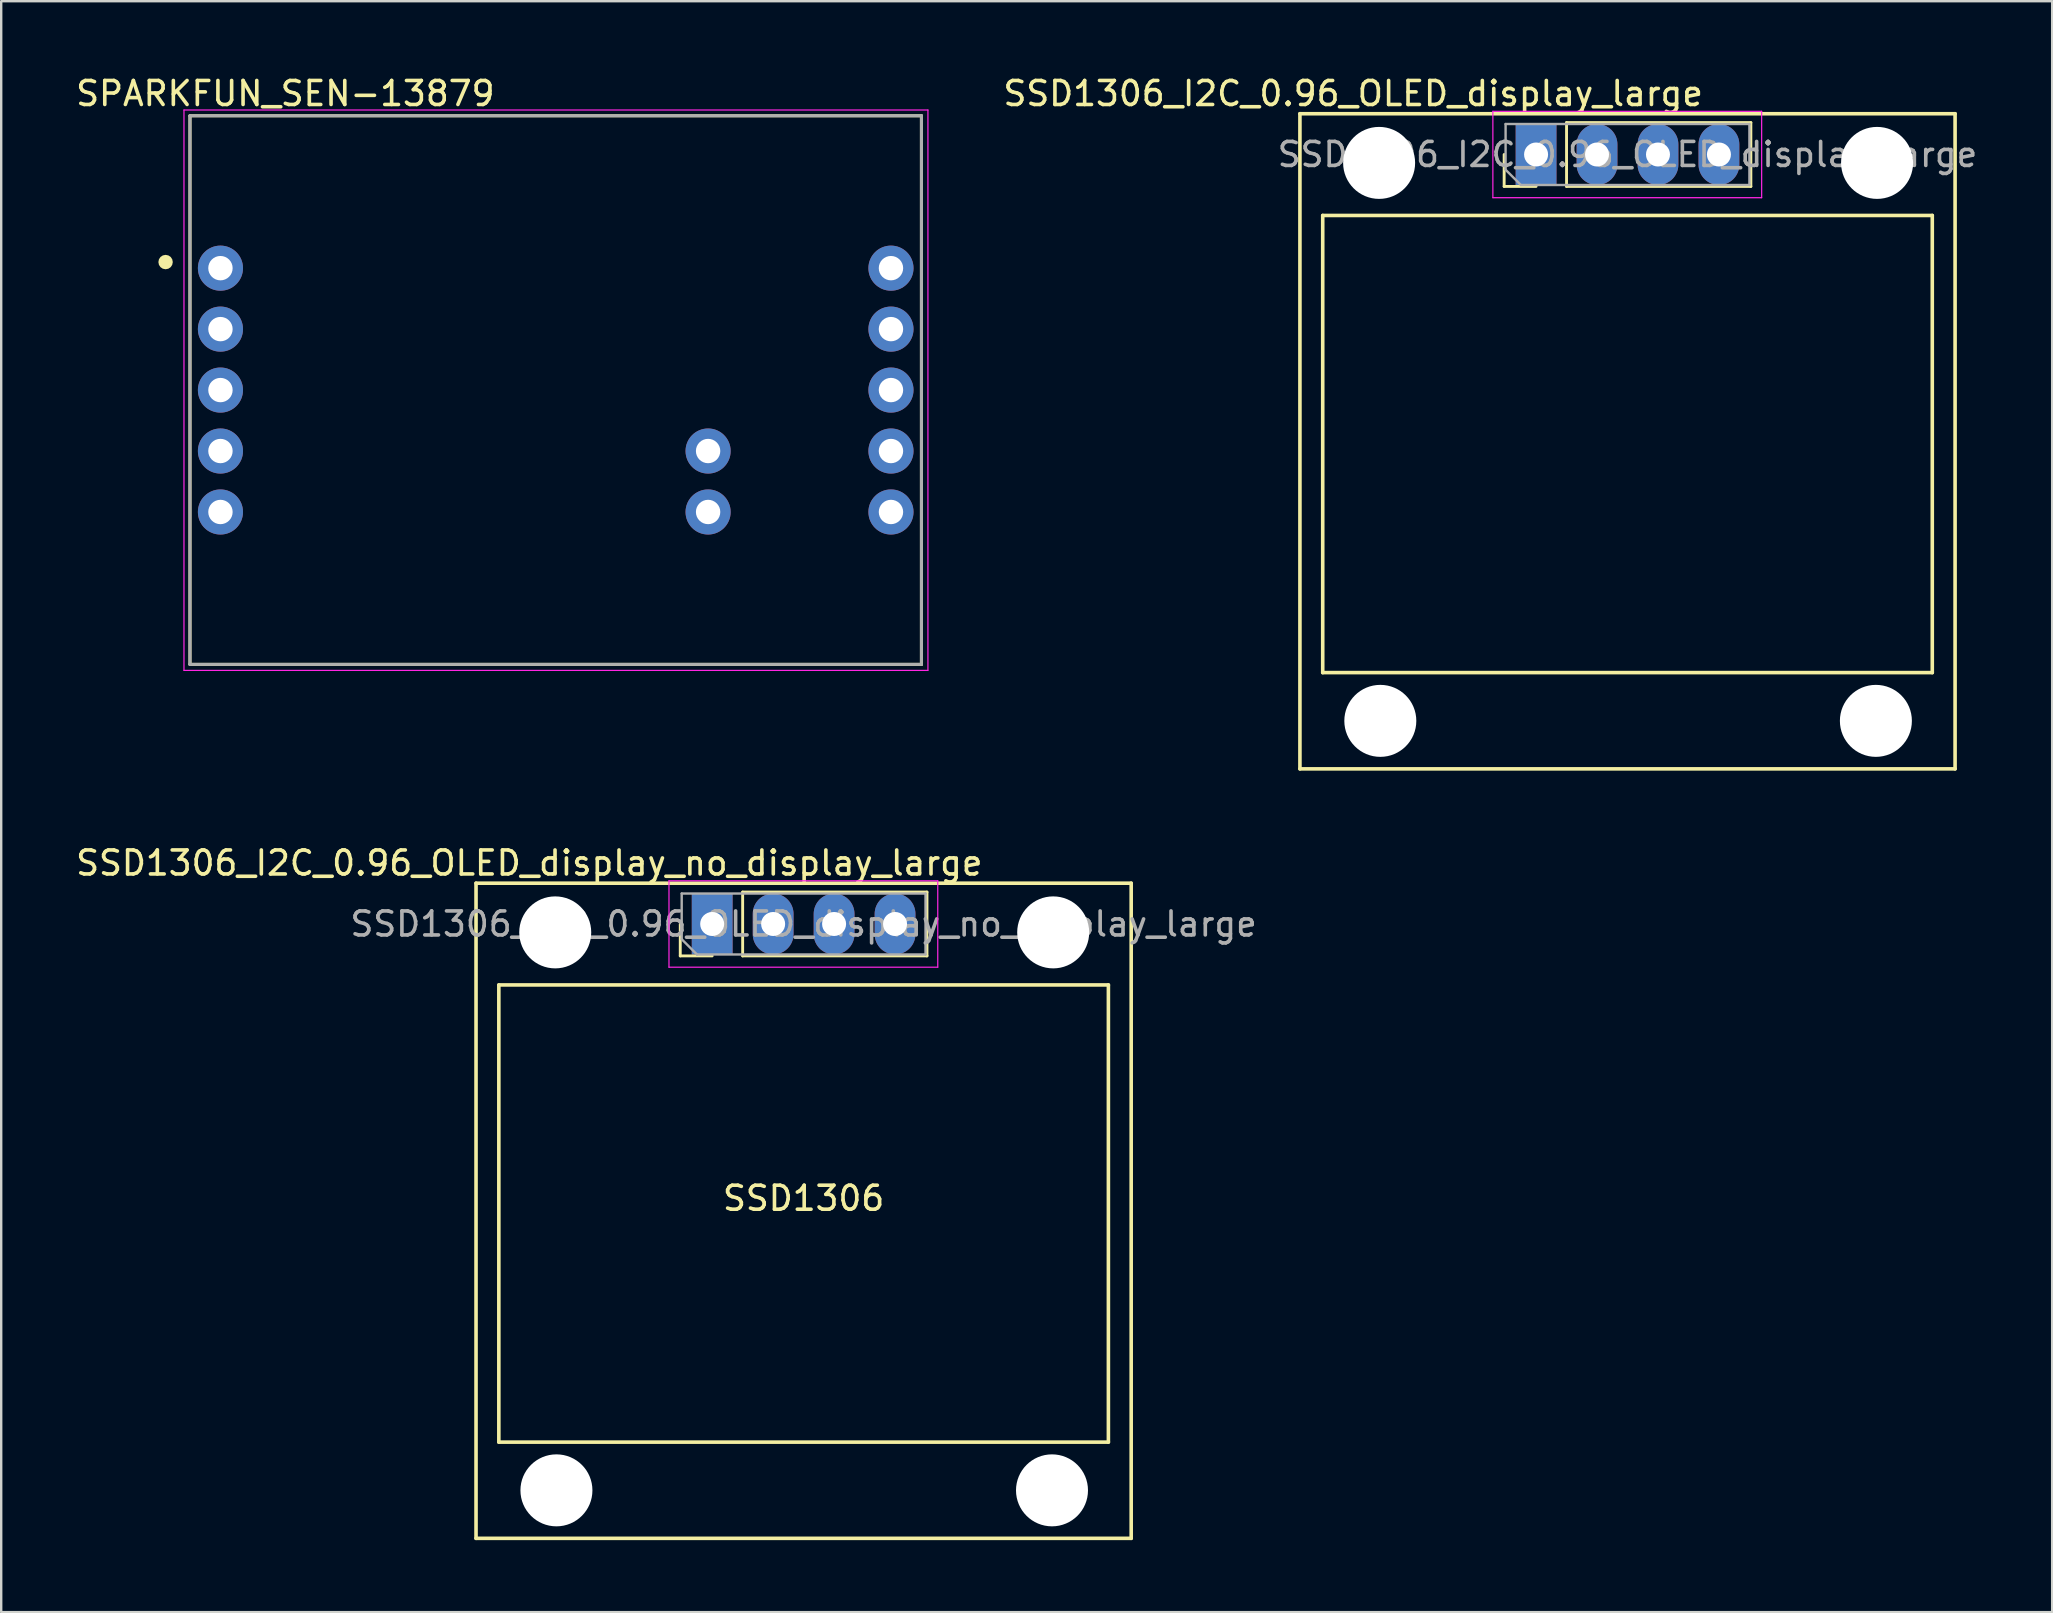
<source format=kicad_pcb>
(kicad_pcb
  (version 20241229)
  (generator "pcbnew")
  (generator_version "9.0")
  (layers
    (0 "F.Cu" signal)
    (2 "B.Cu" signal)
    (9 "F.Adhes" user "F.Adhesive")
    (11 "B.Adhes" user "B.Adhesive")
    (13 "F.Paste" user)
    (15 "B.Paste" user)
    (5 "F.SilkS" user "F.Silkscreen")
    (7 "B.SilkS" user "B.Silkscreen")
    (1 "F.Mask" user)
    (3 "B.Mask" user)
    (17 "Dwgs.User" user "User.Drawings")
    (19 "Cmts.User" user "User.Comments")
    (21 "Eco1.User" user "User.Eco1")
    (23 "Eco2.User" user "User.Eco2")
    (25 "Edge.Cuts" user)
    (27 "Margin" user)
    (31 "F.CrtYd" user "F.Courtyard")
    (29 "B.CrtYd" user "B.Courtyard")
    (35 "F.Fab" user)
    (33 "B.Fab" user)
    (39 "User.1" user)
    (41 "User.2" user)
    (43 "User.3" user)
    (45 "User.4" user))
  (footprint "SSD1306_I2C_0.96_OLED_display_no_display_large"
    (layer "F.Cu")
    (at 26.626 35.452)
    (property "Reference" "SSD1306_I2C_0.96_OLED_display_no_display_large" (at -7.62 -2.54 0) (layer "F.SilkS") (effects (font (size 1 1) (thickness 0.15))))
    (attr through_hole)
    (fp_line (start -9.84 -1.7) (end -9.84 25.6) (stroke (width 0.15) (type solid)) (layer "F.SilkS"))
    (fp_line (start -9.84 -1.7) (end 17.46 -1.7) (stroke (width 0.15) (type solid)) (layer "F.SilkS"))
    (fp_line (start -9.84 25.6) (end 17.46 25.6) (stroke (width 0.15) (type solid)) (layer "F.SilkS"))
    (fp_line (start -8.89 2.54) (end 16.51 2.54) (stroke (width 0.15) (type solid)) (layer "F.SilkS"))
    (fp_line (start -8.89 21.59) (end -8.89 2.54) (stroke (width 0.15) (type solid)) (layer "F.SilkS"))
    (fp_line (start -1.33 1.33) (end -1.33 0) (stroke (width 0.12) (type solid)) (layer "F.SilkS"))
    (fp_line (start 0 1.33) (end -1.33 1.33) (stroke (width 0.12) (type solid)) (layer "F.SilkS"))
    (fp_line (start 1.27 -1.33) (end 8.95 -1.33) (stroke (width 0.12) (type solid)) (layer "F.SilkS"))
    (fp_line (start 1.27 1.33) (end 1.27 -1.33) (stroke (width 0.12) (type solid)) (layer "F.SilkS"))
    (fp_line (start 1.27 1.33) (end 8.95 1.33) (stroke (width 0.12) (type solid)) (layer "F.SilkS"))
    (fp_line (start 8.95 1.33) (end 8.95 -1.33) (stroke (width 0.12) (type solid)) (layer "F.SilkS"))
    (fp_line (start 16.51 2.54) (end 16.51 21.59) (stroke (width 0.15) (type solid)) (layer "F.SilkS"))
    (fp_line (start 16.51 21.59) (end -8.89 21.59) (stroke (width 0.15) (type solid)) (layer "F.SilkS"))
    (fp_line (start 17.46 -1.7) (end 17.46 25.6) (stroke (width 0.15) (type solid)) (layer "F.SilkS"))
    (fp_line (start -1.8 -1.8) (end -1.8 1.8) (stroke (width 0.05) (type solid)) (layer "F.CrtYd"))
    (fp_line (start -1.8 1.8) (end 9.4 1.8) (stroke (width 0.05) (type solid)) (layer "F.CrtYd"))
    (fp_line (start 9.4 -1.8) (end -1.8 -1.8) (stroke (width 0.05) (type solid)) (layer "F.CrtYd"))
    (fp_line (start 9.4 1.8) (end 9.4 -1.8) (stroke (width 0.05) (type solid)) (layer "F.CrtYd"))
    (fp_line (start -1.27 -1.27) (end 8.89 -1.27) (stroke (width 0.1) (type solid)) (layer "F.Fab"))
    (fp_line (start -1.27 0.635) (end -1.27 -1.27) (stroke (width 0.1) (type solid)) (layer "F.Fab"))
    (fp_line (start -0.635 1.27) (end -1.27 0.635) (stroke (width 0.1) (type solid)) (layer "F.Fab"))
    (fp_line (start 8.89 -1.27) (end 8.89 1.27) (stroke (width 0.1) (type solid)) (layer "F.Fab"))
    (fp_line (start 8.89 1.27) (end -0.635 1.27) (stroke (width 0.1) (type solid)) (layer "F.Fab"))
    (fp_text user "SSD1306" (at 3.81 11.43 0) (unlocked yes) (layer "F.SilkS") (effects (font (size 1 1) (thickness 0.15))))
    (fp_text user "${REFERENCE}" (at 3.81 0 180) (layer "F.Fab") (effects (font (size 1 1) (thickness 0.15))))
    (pad "" np_thru_hole oval (at -6.54 0.35) (size 3 3) (drill 3) (layers "*.Cu" "*.Mask"))
    (pad "" np_thru_hole oval (at -6.49 23.6) (size 3 3) (drill 3) (layers "*.Cu" "*.Mask"))
    (pad "" np_thru_hole oval (at 14.16 23.6) (size 3 3) (drill 3) (layers "*.Cu" "*.Mask"))
    (pad "" np_thru_hole oval (at 14.21 0.35) (size 3 3) (drill 3) (layers "*.Cu" "*.Mask"))
    (pad "1" thru_hole rect (at 0 0 90) (size 2.54 1.7) (drill 1) (layers "*.Cu" "*.Mask"))
    (pad "2" thru_hole oval (at 2.54 0 90) (size 2.54 1.7) (drill 1) (layers "*.Cu" "*.Mask"))
    (pad "3" thru_hole oval (at 5.08 0 90) (size 2.54 1.7) (drill 1) (layers "*.Cu" "*.Mask"))
    (pad "4" thru_hole oval (at 7.62 0 90) (size 2.54 1.7) (drill 1) (layers "*.Cu" "*.Mask")))
  (footprint "SSD1306_I2C_0.96_OLED_display_large"
    (layer "F.Cu")
    (at 60.957 3.388)
    (property "Reference" "SSD1306_I2C_0.96_OLED_display_large" (at -7.62 -2.54 0) (layer "F.SilkS") (effects (font (size 1 1) (thickness 0.15))))
    (attr through_hole)
    (fp_line (start -9.84 -1.7) (end -9.84 25.6) (stroke (width 0.15) (type solid)) (layer "F.SilkS"))
    (fp_line (start -9.84 -1.7) (end 17.46 -1.7) (stroke (width 0.15) (type solid)) (layer "F.SilkS"))
    (fp_line (start -9.84 25.6) (end 17.46 25.6) (stroke (width 0.15) (type solid)) (layer "F.SilkS"))
    (fp_line (start -8.89 2.54) (end 16.51 2.54) (stroke (width 0.15) (type solid)) (layer "F.SilkS"))
    (fp_line (start -8.89 21.59) (end -8.89 2.54) (stroke (width 0.15) (type solid)) (layer "F.SilkS"))
    (fp_line (start -1.33 1.33) (end -1.33 0) (stroke (width 0.12) (type solid)) (layer "F.SilkS"))
    (fp_line (start 0 1.33) (end -1.33 1.33) (stroke (width 0.12) (type solid)) (layer "F.SilkS"))
    (fp_line (start 1.27 -1.33) (end 8.95 -1.33) (stroke (width 0.12) (type solid)) (layer "F.SilkS"))
    (fp_line (start 1.27 1.33) (end 1.27 -1.33) (stroke (width 0.12) (type solid)) (layer "F.SilkS"))
    (fp_line (start 1.27 1.33) (end 8.95 1.33) (stroke (width 0.12) (type solid)) (layer "F.SilkS"))
    (fp_line (start 8.95 1.33) (end 8.95 -1.33) (stroke (width 0.12) (type solid)) (layer "F.SilkS"))
    (fp_line (start 16.51 2.54) (end 16.51 21.59) (stroke (width 0.15) (type solid)) (layer "F.SilkS"))
    (fp_line (start 16.51 21.59) (end -8.89 21.59) (stroke (width 0.15) (type solid)) (layer "F.SilkS"))
    (fp_line (start 17.46 -1.7) (end 17.46 25.6) (stroke (width 0.15) (type solid)) (layer "F.SilkS"))
    (fp_line (start -1.8 -1.8) (end -1.8 1.8) (stroke (width 0.05) (type solid)) (layer "F.CrtYd"))
    (fp_line (start -1.8 1.8) (end 9.4 1.8) (stroke (width 0.05) (type solid)) (layer "F.CrtYd"))
    (fp_line (start 9.4 -1.8) (end -1.8 -1.8) (stroke (width 0.05) (type solid)) (layer "F.CrtYd"))
    (fp_line (start 9.4 1.8) (end 9.4 -1.8) (stroke (width 0.05) (type solid)) (layer "F.CrtYd"))
    (fp_line (start -1.27 -1.27) (end 8.89 -1.27) (stroke (width 0.1) (type solid)) (layer "F.Fab"))
    (fp_line (start -1.27 0.635) (end -1.27 -1.27) (stroke (width 0.1) (type solid)) (layer "F.Fab"))
    (fp_line (start -0.635 1.27) (end -1.27 0.635) (stroke (width 0.1) (type solid)) (layer "F.Fab"))
    (fp_line (start 8.89 -1.27) (end 8.89 1.27) (stroke (width 0.1) (type solid)) (layer "F.Fab"))
    (fp_line (start 8.89 1.27) (end -0.635 1.27) (stroke (width 0.1) (type solid)) (layer "F.Fab"))
    (fp_text user "${REFERENCE}" (at 3.81 0 180) (layer "F.Fab") (effects (font (size 1 1) (thickness 0.15))))
    (pad "" np_thru_hole oval (at -6.54 0.35) (size 3 3) (drill 3) (layers "*.Cu" "*.Mask"))
    (pad "" np_thru_hole oval (at -6.49 23.6) (size 3 3) (drill 3) (layers "*.Cu" "*.Mask"))
    (pad "" np_thru_hole oval (at 14.16 23.6) (size 3 3) (drill 3) (layers "*.Cu" "*.Mask"))
    (pad "" np_thru_hole oval (at 14.21 0.35) (size 3 3) (drill 3) (layers "*.Cu" "*.Mask"))
    (pad "1" thru_hole rect (at 0 0 90) (size 2.54 1.7) (drill 1) (layers "*.Cu" "*.Mask"))
    (pad "2" thru_hole oval (at 2.54 0 90) (size 2.54 1.7) (drill 1) (layers "*.Cu" "*.Mask"))
    (pad "3" thru_hole oval (at 5.08 0 90) (size 2.54 1.7) (drill 1) (layers "*.Cu" "*.Mask"))
    (pad "4" thru_hole oval (at 7.62 0 90) (size 2.54 1.7) (drill 1) (layers "*.Cu" "*.Mask")))
  (footprint "SPARKFUN_SEN-13879"
    (layer "F.Cu")
    (at 20.106 13.204)
    (property "Reference" "SPARKFUN_SEN-13879" (at -11.266 -12.356 0) (layer "F.SilkS") (effects (font (size 1 1) (thickness 0.15))))
    (attr through_hole)
    (fp_line (start -15.24 -11.43) (end 15.24 -11.43) (stroke (width 0.127) (type solid)) (layer "F.SilkS"))
    (fp_line (start -15.24 11.43) (end -15.24 -11.43) (stroke (width 0.127) (type solid)) (layer "F.SilkS"))
    (fp_line (start 15.24 -11.43) (end 15.24 11.43) (stroke (width 0.127) (type solid)) (layer "F.SilkS"))
    (fp_line (start 15.24 11.43) (end -15.24 11.43) (stroke (width 0.127) (type solid)) (layer "F.SilkS"))
    (fp_circle (center -16.256 -5.334) (end -16.106 -5.334) (stroke (width 0.3) (type solid)) (fill no) (layer "F.SilkS"))
    (fp_line (start -15.49 -11.67) (end 15.51 -11.67) (stroke (width 0.05) (type solid)) (layer "F.CrtYd"))
    (fp_line (start -15.49 11.68) (end -15.49 -11.67) (stroke (width 0.05) (type solid)) (layer "F.CrtYd"))
    (fp_line (start 15.51 -11.67) (end 15.51 11.68) (stroke (width 0.05) (type solid)) (layer "F.CrtYd"))
    (fp_line (start 15.51 11.68) (end -15.49 11.68) (stroke (width 0.05) (type solid)) (layer "F.CrtYd"))
    (fp_line (start -15.24 -11.43) (end 15.24 -11.43) (stroke (width 0.127) (type solid)) (layer "F.Fab"))
    (fp_line (start -15.24 11.43) (end -15.24 -11.43) (stroke (width 0.127) (type solid)) (layer "F.Fab"))
    (fp_line (start 15.24 -11.43) (end 15.24 11.43) (stroke (width 0.127) (type solid)) (layer "F.Fab"))
    (fp_line (start 15.24 11.43) (end -15.24 11.43) (stroke (width 0.127) (type solid)) (layer "F.Fab"))
    (pad "1" thru_hole circle (at -13.97 -5.08) (size 1.88 1.88) (drill 1.016) (layers "*.Cu" "*.Mask"))
    (pad "2" thru_hole circle (at -13.97 -2.54) (size 1.88 1.88) (drill 1.016) (layers "*.Cu" "*.Mask"))
    (pad "3" thru_hole circle (at -13.97 0) (size 1.88 1.88) (drill 1.016) (layers "*.Cu" "*.Mask"))
    (pad "4" thru_hole circle (at -13.97 2.54) (size 1.88 1.88) (drill 1.016) (layers "*.Cu" "*.Mask"))
    (pad "5" thru_hole circle (at -13.97 5.08) (size 1.88 1.88) (drill 1.016) (layers "*.Cu" "*.Mask"))
    (pad "6" thru_hole circle (at 13.97 5.08) (size 1.88 1.88) (drill 1.016) (layers "*.Cu" "*.Mask"))
    (pad "7" thru_hole circle (at 13.97 2.54) (size 1.88 1.88) (drill 1.016) (layers "*.Cu" "*.Mask"))
    (pad "8" thru_hole circle (at 13.97 0) (size 1.88 1.88) (drill 1.016) (layers "*.Cu" "*.Mask"))
    (pad "9" thru_hole circle (at 13.97 -2.54) (size 1.88 1.88) (drill 1.016) (layers "*.Cu" "*.Mask"))
    (pad "10" thru_hole circle (at 13.97 -5.08) (size 1.88 1.88) (drill 1.016) (layers "*.Cu" "*.Mask"))
    (pad "11" thru_hole circle (at 6.35 2.54) (size 1.88 1.88) (drill 1.016) (layers "*.Cu" "*.Mask"))
    (pad "12" thru_hole circle (at 6.35 5.08) (size 1.88 1.88) (drill 1.016) (layers "*.Cu" "*.Mask")))
  (gr_rect
    (start -3 -3)
    (end 82.463 64.126)
    (stroke (width 0.1) (type default))
    (fill no)
    (layer "Edge.Cuts")))
</source>
